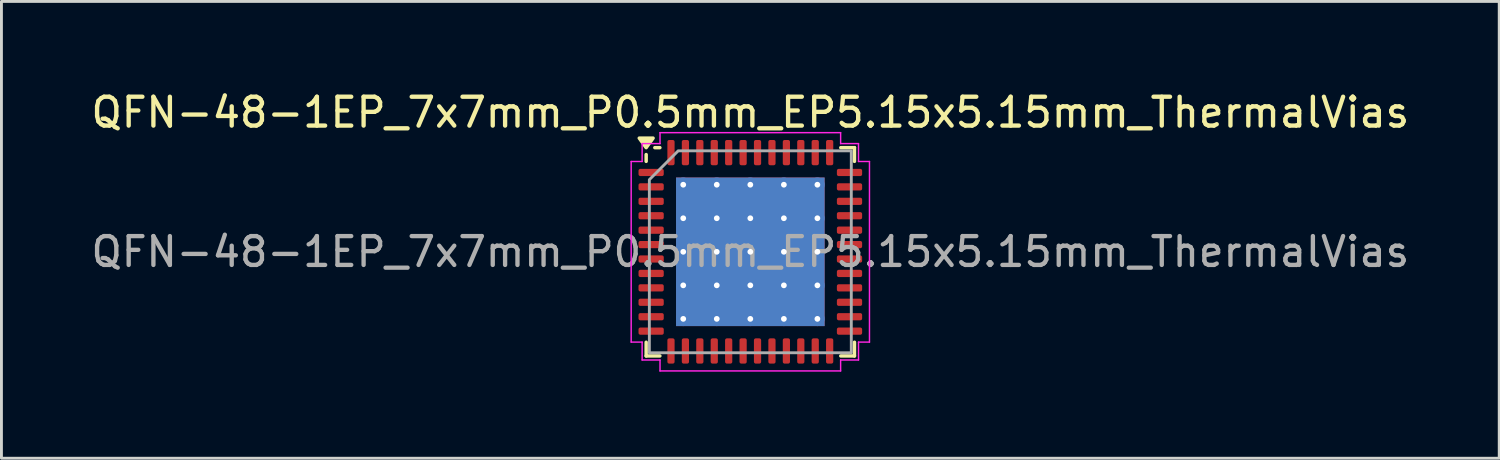
<source format=kicad_pcb>
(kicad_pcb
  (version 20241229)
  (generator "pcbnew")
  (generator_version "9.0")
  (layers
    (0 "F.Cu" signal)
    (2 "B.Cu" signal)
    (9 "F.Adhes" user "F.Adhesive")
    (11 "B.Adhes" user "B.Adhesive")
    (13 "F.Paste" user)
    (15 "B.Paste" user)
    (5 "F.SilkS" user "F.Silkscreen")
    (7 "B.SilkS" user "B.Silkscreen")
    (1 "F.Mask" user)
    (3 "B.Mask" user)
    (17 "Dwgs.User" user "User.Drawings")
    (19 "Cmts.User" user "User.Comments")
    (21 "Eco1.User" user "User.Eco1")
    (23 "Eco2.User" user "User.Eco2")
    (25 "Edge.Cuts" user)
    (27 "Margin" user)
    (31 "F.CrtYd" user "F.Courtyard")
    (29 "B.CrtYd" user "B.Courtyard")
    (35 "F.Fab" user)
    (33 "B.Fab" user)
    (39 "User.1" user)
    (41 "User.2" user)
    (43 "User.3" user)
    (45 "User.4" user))
  (footprint "QFN-48-1EP_7x7mm_P0.5mm_EP5.15x5.15mm_ThermalVias"
    (layer "F.Cu")
    (at 22.958 5.678)
    (property "Reference" "QFN-48-1EP_7x7mm_P0.5mm_EP5.15x5.15mm_ThermalVias" (at 0 -4.83 0) (layer "F.SilkS") (effects (font (size 1 1) (thickness 0.15))))
    (attr smd)
    (fp_line (start -3.61 -3.135) (end -3.61 -3.37) (stroke (width 0.12) (type solid)) (layer "F.SilkS"))
    (fp_line (start -3.61 3.61) (end -3.61 3.135) (stroke (width 0.12) (type solid)) (layer "F.SilkS"))
    (fp_line (start -3.135 -3.61) (end -3.31 -3.61) (stroke (width 0.12) (type solid)) (layer "F.SilkS"))
    (fp_line (start -3.135 3.61) (end -3.61 3.61) (stroke (width 0.12) (type solid)) (layer "F.SilkS"))
    (fp_line (start 3.135 -3.61) (end 3.61 -3.61) (stroke (width 0.12) (type solid)) (layer "F.SilkS"))
    (fp_line (start 3.135 3.61) (end 3.61 3.61) (stroke (width 0.12) (type solid)) (layer "F.SilkS"))
    (fp_line (start 3.61 -3.61) (end 3.61 -3.135) (stroke (width 0.12) (type solid)) (layer "F.SilkS"))
    (fp_line (start 3.61 3.61) (end 3.61 3.135) (stroke (width 0.12) (type solid)) (layer "F.SilkS"))
    (fp_poly (pts (xy -3.61 -3.61) (xy -3.85 -3.94) (xy -3.37 -3.94)) (stroke (width 0.12) (type solid)) (fill yes) (layer "F.SilkS"))
    (fp_line (start -4.13 -3.13) (end -3.75 -3.13) (stroke (width 0.05) (type solid)) (layer "F.CrtYd"))
    (fp_line (start -4.13 3.13) (end -4.13 -3.13) (stroke (width 0.05) (type solid)) (layer "F.CrtYd"))
    (fp_line (start -3.75 -3.75) (end -3.13 -3.75) (stroke (width 0.05) (type solid)) (layer "F.CrtYd"))
    (fp_line (start -3.75 -3.13) (end -3.75 -3.75) (stroke (width 0.05) (type solid)) (layer "F.CrtYd"))
    (fp_line (start -3.75 3.13) (end -4.13 3.13) (stroke (width 0.05) (type solid)) (layer "F.CrtYd"))
    (fp_line (start -3.75 3.75) (end -3.75 3.13) (stroke (width 0.05) (type solid)) (layer "F.CrtYd"))
    (fp_line (start -3.13 -4.13) (end 3.13 -4.13) (stroke (width 0.05) (type solid)) (layer "F.CrtYd"))
    (fp_line (start -3.13 -3.75) (end -3.13 -4.13) (stroke (width 0.05) (type solid)) (layer "F.CrtYd"))
    (fp_line (start -3.13 3.75) (end -3.75 3.75) (stroke (width 0.05) (type solid)) (layer "F.CrtYd"))
    (fp_line (start -3.13 4.13) (end -3.13 3.75) (stroke (width 0.05) (type solid)) (layer "F.CrtYd"))
    (fp_line (start 3.13 -4.13) (end 3.13 -3.75) (stroke (width 0.05) (type solid)) (layer "F.CrtYd"))
    (fp_line (start 3.13 -3.75) (end 3.75 -3.75) (stroke (width 0.05) (type solid)) (layer "F.CrtYd"))
    (fp_line (start 3.13 3.75) (end 3.13 4.13) (stroke (width 0.05) (type solid)) (layer "F.CrtYd"))
    (fp_line (start 3.13 4.13) (end -3.13 4.13) (stroke (width 0.05) (type solid)) (layer "F.CrtYd"))
    (fp_line (start 3.75 -3.75) (end 3.75 -3.13) (stroke (width 0.05) (type solid)) (layer "F.CrtYd"))
    (fp_line (start 3.75 -3.13) (end 4.13 -3.13) (stroke (width 0.05) (type solid)) (layer "F.CrtYd"))
    (fp_line (start 3.75 3.13) (end 3.75 3.75) (stroke (width 0.05) (type solid)) (layer "F.CrtYd"))
    (fp_line (start 3.75 3.75) (end 3.13 3.75) (stroke (width 0.05) (type solid)) (layer "F.CrtYd"))
    (fp_line (start 4.13 -3.13) (end 4.13 3.13) (stroke (width 0.05) (type solid)) (layer "F.CrtYd"))
    (fp_line (start 4.13 3.13) (end 3.75 3.13) (stroke (width 0.05) (type solid)) (layer "F.CrtYd"))
    (fp_poly (pts (xy -3.5 -2.5) (xy -3.5 3.5) (xy 3.5 3.5) (xy 3.5 -3.5) (xy -2.5 -3.5)) (stroke (width 0.1) (type solid)) (fill no) (layer "F.Fab"))
    (fp_text user "${REFERENCE}" (at 0 0 0) (layer "F.Fab") (effects (font (size 1 1) (thickness 0.15))))
    (pad "" smd roundrect (at -1.935 -1.935) (size 1 1) (layers "F.Paste") (roundrect_rratio 0.25))
    (pad "" smd roundrect (at -1.935 -0.645) (size 1 1) (layers "F.Paste") (roundrect_rratio 0.25))
    (pad "" smd roundrect (at -1.935 0.645) (size 1 1) (layers "F.Paste") (roundrect_rratio 0.25))
    (pad "" smd roundrect (at -1.935 1.935) (size 1 1) (layers "F.Paste") (roundrect_rratio 0.25))
    (pad "" smd roundrect (at -0.645 -1.935) (size 1 1) (layers "F.Paste") (roundrect_rratio 0.25))
    (pad "" smd roundrect (at -0.645 -0.645) (size 1 1) (layers "F.Paste") (roundrect_rratio 0.25))
    (pad "" smd roundrect (at -0.645 0.645) (size 1 1) (layers "F.Paste") (roundrect_rratio 0.25))
    (pad "" smd roundrect (at -0.645 1.935) (size 1 1) (layers "F.Paste") (roundrect_rratio 0.25))
    (pad "" smd roundrect (at 0.645 -1.935) (size 1 1) (layers "F.Paste") (roundrect_rratio 0.25))
    (pad "" smd roundrect (at 0.645 -0.645) (size 1 1) (layers "F.Paste") (roundrect_rratio 0.25))
    (pad "" smd roundrect (at 0.645 0.645) (size 1 1) (layers "F.Paste") (roundrect_rratio 0.25))
    (pad "" smd roundrect (at 0.645 1.935) (size 1 1) (layers "F.Paste") (roundrect_rratio 0.25))
    (pad "" smd roundrect (at 1.935 -1.935) (size 1 1) (layers "F.Paste") (roundrect_rratio 0.25))
    (pad "" smd roundrect (at 1.935 -0.645) (size 1 1) (layers "F.Paste") (roundrect_rratio 0.25))
    (pad "" smd roundrect (at 1.935 0.645) (size 1 1) (layers "F.Paste") (roundrect_rratio 0.25))
    (pad "" smd roundrect (at 1.935 1.935) (size 1 1) (layers "F.Paste") (roundrect_rratio 0.25))
    (pad "1" smd roundrect (at -3.438 -2.75) (size 0.875 0.25) (layers "F.Cu" "F.Mask" "F.Paste") (roundrect_rratio 0.25))
    (pad "2" smd roundrect (at -3.438 -2.25) (size 0.875 0.25) (layers "F.Cu" "F.Mask" "F.Paste") (roundrect_rratio 0.25))
    (pad "3" smd roundrect (at -3.438 -1.75) (size 0.875 0.25) (layers "F.Cu" "F.Mask" "F.Paste") (roundrect_rratio 0.25))
    (pad "4" smd roundrect (at -3.438 -1.25) (size 0.875 0.25) (layers "F.Cu" "F.Mask" "F.Paste") (roundrect_rratio 0.25))
    (pad "5" smd roundrect (at -3.438 -0.75) (size 0.875 0.25) (layers "F.Cu" "F.Mask" "F.Paste") (roundrect_rratio 0.25))
    (pad "6" smd roundrect (at -3.438 -0.25) (size 0.875 0.25) (layers "F.Cu" "F.Mask" "F.Paste") (roundrect_rratio 0.25))
    (pad "7" smd roundrect (at -3.438 0.25) (size 0.875 0.25) (layers "F.Cu" "F.Mask" "F.Paste") (roundrect_rratio 0.25))
    (pad "8" smd roundrect (at -3.438 0.75) (size 0.875 0.25) (layers "F.Cu" "F.Mask" "F.Paste") (roundrect_rratio 0.25))
    (pad "9" smd roundrect (at -3.438 1.25) (size 0.875 0.25) (layers "F.Cu" "F.Mask" "F.Paste") (roundrect_rratio 0.25))
    (pad "10" smd roundrect (at -3.438 1.75) (size 0.875 0.25) (layers "F.Cu" "F.Mask" "F.Paste") (roundrect_rratio 0.25))
    (pad "11" smd roundrect (at -3.438 2.25) (size 0.875 0.25) (layers "F.Cu" "F.Mask" "F.Paste") (roundrect_rratio 0.25))
    (pad "12" smd roundrect (at -3.438 2.75) (size 0.875 0.25) (layers "F.Cu" "F.Mask" "F.Paste") (roundrect_rratio 0.25))
    (pad "13" smd roundrect (at -2.75 3.438) (size 0.25 0.875) (layers "F.Cu" "F.Mask" "F.Paste") (roundrect_rratio 0.25))
    (pad "14" smd roundrect (at -2.25 3.438) (size 0.25 0.875) (layers "F.Cu" "F.Mask" "F.Paste") (roundrect_rratio 0.25))
    (pad "15" smd roundrect (at -1.75 3.438) (size 0.25 0.875) (layers "F.Cu" "F.Mask" "F.Paste") (roundrect_rratio 0.25))
    (pad "16" smd roundrect (at -1.25 3.438) (size 0.25 0.875) (layers "F.Cu" "F.Mask" "F.Paste") (roundrect_rratio 0.25))
    (pad "17" smd roundrect (at -0.75 3.438) (size 0.25 0.875) (layers "F.Cu" "F.Mask" "F.Paste") (roundrect_rratio 0.25))
    (pad "18" smd roundrect (at -0.25 3.438) (size 0.25 0.875) (layers "F.Cu" "F.Mask" "F.Paste") (roundrect_rratio 0.25))
    (pad "19" smd roundrect (at 0.25 3.438) (size 0.25 0.875) (layers "F.Cu" "F.Mask" "F.Paste") (roundrect_rratio 0.25))
    (pad "20" smd roundrect (at 0.75 3.438) (size 0.25 0.875) (layers "F.Cu" "F.Mask" "F.Paste") (roundrect_rratio 0.25))
    (pad "21" smd roundrect (at 1.25 3.438) (size 0.25 0.875) (layers "F.Cu" "F.Mask" "F.Paste") (roundrect_rratio 0.25))
    (pad "22" smd roundrect (at 1.75 3.438) (size 0.25 0.875) (layers "F.Cu" "F.Mask" "F.Paste") (roundrect_rratio 0.25))
    (pad "23" smd roundrect (at 2.25 3.438) (size 0.25 0.875) (layers "F.Cu" "F.Mask" "F.Paste") (roundrect_rratio 0.25))
    (pad "24" smd roundrect (at 2.75 3.438) (size 0.25 0.875) (layers "F.Cu" "F.Mask" "F.Paste") (roundrect_rratio 0.25))
    (pad "25" smd roundrect (at 3.438 2.75) (size 0.875 0.25) (layers "F.Cu" "F.Mask" "F.Paste") (roundrect_rratio 0.25))
    (pad "26" smd roundrect (at 3.438 2.25) (size 0.875 0.25) (layers "F.Cu" "F.Mask" "F.Paste") (roundrect_rratio 0.25))
    (pad "27" smd roundrect (at 3.438 1.75) (size 0.875 0.25) (layers "F.Cu" "F.Mask" "F.Paste") (roundrect_rratio 0.25))
    (pad "28" smd roundrect (at 3.438 1.25) (size 0.875 0.25) (layers "F.Cu" "F.Mask" "F.Paste") (roundrect_rratio 0.25))
    (pad "29" smd roundrect (at 3.438 0.75) (size 0.875 0.25) (layers "F.Cu" "F.Mask" "F.Paste") (roundrect_rratio 0.25))
    (pad "30" smd roundrect (at 3.438 0.25) (size 0.875 0.25) (layers "F.Cu" "F.Mask" "F.Paste") (roundrect_rratio 0.25))
    (pad "31" smd roundrect (at 3.438 -0.25) (size 0.875 0.25) (layers "F.Cu" "F.Mask" "F.Paste") (roundrect_rratio 0.25))
    (pad "32" smd roundrect (at 3.438 -0.75) (size 0.875 0.25) (layers "F.Cu" "F.Mask" "F.Paste") (roundrect_rratio 0.25))
    (pad "33" smd roundrect (at 3.438 -1.25) (size 0.875 0.25) (layers "F.Cu" "F.Mask" "F.Paste") (roundrect_rratio 0.25))
    (pad "34" smd roundrect (at 3.438 -1.75) (size 0.875 0.25) (layers "F.Cu" "F.Mask" "F.Paste") (roundrect_rratio 0.25))
    (pad "35" smd roundrect (at 3.438 -2.25) (size 0.875 0.25) (layers "F.Cu" "F.Mask" "F.Paste") (roundrect_rratio 0.25))
    (pad "36" smd roundrect (at 3.438 -2.75) (size 0.875 0.25) (layers "F.Cu" "F.Mask" "F.Paste") (roundrect_rratio 0.25))
    (pad "37" smd roundrect (at 2.75 -3.438) (size 0.25 0.875) (layers "F.Cu" "F.Mask" "F.Paste") (roundrect_rratio 0.25))
    (pad "38" smd roundrect (at 2.25 -3.438) (size 0.25 0.875) (layers "F.Cu" "F.Mask" "F.Paste") (roundrect_rratio 0.25))
    (pad "39" smd roundrect (at 1.75 -3.438) (size 0.25 0.875) (layers "F.Cu" "F.Mask" "F.Paste") (roundrect_rratio 0.25))
    (pad "40" smd roundrect (at 1.25 -3.438) (size 0.25 0.875) (layers "F.Cu" "F.Mask" "F.Paste") (roundrect_rratio 0.25))
    (pad "41" smd roundrect (at 0.75 -3.438) (size 0.25 0.875) (layers "F.Cu" "F.Mask" "F.Paste") (roundrect_rratio 0.25))
    (pad "42" smd roundrect (at 0.25 -3.438) (size 0.25 0.875) (layers "F.Cu" "F.Mask" "F.Paste") (roundrect_rratio 0.25))
    (pad "43" smd roundrect (at -0.25 -3.438) (size 0.25 0.875) (layers "F.Cu" "F.Mask" "F.Paste") (roundrect_rratio 0.25))
    (pad "44" smd roundrect (at -0.75 -3.438) (size 0.25 0.875) (layers "F.Cu" "F.Mask" "F.Paste") (roundrect_rratio 0.25))
    (pad "45" smd roundrect (at -1.25 -3.438) (size 0.25 0.875) (layers "F.Cu" "F.Mask" "F.Paste") (roundrect_rratio 0.25))
    (pad "46" smd roundrect (at -1.75 -3.438) (size 0.25 0.875) (layers "F.Cu" "F.Mask" "F.Paste") (roundrect_rratio 0.25))
    (pad "47" smd roundrect (at -2.25 -3.438) (size 0.25 0.875) (layers "F.Cu" "F.Mask" "F.Paste") (roundrect_rratio 0.25))
    (pad "48" smd roundrect (at -2.75 -3.438) (size 0.25 0.875) (layers "F.Cu" "F.Mask" "F.Paste") (roundrect_rratio 0.25))
    (pad "49" thru_hole circle (at -2.325 -2.325) (size 0.5 0.5) (drill 0.2) (property pad_prop_heatsink) (layers "*.Cu"))
    (pad "49" thru_hole circle (at -2.325 -1.163) (size 0.5 0.5) (drill 0.2) (property pad_prop_heatsink) (layers "*.Cu"))
    (pad "49" thru_hole circle (at -2.325 0) (size 0.5 0.5) (drill 0.2) (property pad_prop_heatsink) (layers "*.Cu"))
    (pad "49" thru_hole circle (at -2.325 1.163) (size 0.5 0.5) (drill 0.2) (property pad_prop_heatsink) (layers "*.Cu"))
    (pad "49" thru_hole circle (at -2.325 2.325) (size 0.5 0.5) (drill 0.2) (property pad_prop_heatsink) (layers "*.Cu"))
    (pad "49" thru_hole circle (at -1.163 -2.325) (size 0.5 0.5) (drill 0.2) (property pad_prop_heatsink) (layers "*.Cu"))
    (pad "49" thru_hole circle (at -1.163 -1.163) (size 0.5 0.5) (drill 0.2) (property pad_prop_heatsink) (layers "*.Cu"))
    (pad "49" thru_hole circle (at -1.163 0) (size 0.5 0.5) (drill 0.2) (property pad_prop_heatsink) (layers "*.Cu"))
    (pad "49" thru_hole circle (at -1.163 1.163) (size 0.5 0.5) (drill 0.2) (property pad_prop_heatsink) (layers "*.Cu"))
    (pad "49" thru_hole circle (at -1.163 2.325) (size 0.5 0.5) (drill 0.2) (property pad_prop_heatsink) (layers "*.Cu"))
    (pad "49" thru_hole circle (at 0 -2.325) (size 0.5 0.5) (drill 0.2) (property pad_prop_heatsink) (layers "*.Cu"))
    (pad "49" thru_hole circle (at 0 -1.163) (size 0.5 0.5) (drill 0.2) (property pad_prop_heatsink) (layers "*.Cu"))
    (pad "49" thru_hole circle (at 0 0) (size 0.5 0.5) (drill 0.2) (property pad_prop_heatsink) (layers "*.Cu"))
    (pad "49" smd rect (at 0 0) (size 5.15 5.15) (property pad_prop_heatsink) (layers "F.Cu" "F.Mask"))
    (pad "49" smd rect (at 0 0) (size 5.15 5.15) (property pad_prop_heatsink) (layers "B.Cu"))
    (pad "49" thru_hole circle (at 0 1.163) (size 0.5 0.5) (drill 0.2) (property pad_prop_heatsink) (layers "*.Cu"))
    (pad "49" thru_hole circle (at 0 2.325) (size 0.5 0.5) (drill 0.2) (property pad_prop_heatsink) (layers "*.Cu"))
    (pad "49" thru_hole circle (at 1.163 -2.325) (size 0.5 0.5) (drill 0.2) (property pad_prop_heatsink) (layers "*.Cu"))
    (pad "49" thru_hole circle (at 1.163 -1.163) (size 0.5 0.5) (drill 0.2) (property pad_prop_heatsink) (layers "*.Cu"))
    (pad "49" thru_hole circle (at 1.163 0) (size 0.5 0.5) (drill 0.2) (property pad_prop_heatsink) (layers "*.Cu"))
    (pad "49" thru_hole circle (at 1.163 1.163) (size 0.5 0.5) (drill 0.2) (property pad_prop_heatsink) (layers "*.Cu"))
    (pad "49" thru_hole circle (at 1.163 2.325) (size 0.5 0.5) (drill 0.2) (property pad_prop_heatsink) (layers "*.Cu"))
    (pad "49" thru_hole circle (at 2.325 -2.325) (size 0.5 0.5) (drill 0.2) (property pad_prop_heatsink) (layers "*.Cu"))
    (pad "49" thru_hole circle (at 2.325 -1.163) (size 0.5 0.5) (drill 0.2) (property pad_prop_heatsink) (layers "*.Cu"))
    (pad "49" thru_hole circle (at 2.325 0) (size 0.5 0.5) (drill 0.2) (property pad_prop_heatsink) (layers "*.Cu"))
    (pad "49" thru_hole circle (at 2.325 1.163) (size 0.5 0.5) (drill 0.2) (property pad_prop_heatsink) (layers "*.Cu"))
    (pad "49" thru_hole circle (at 2.325 2.325) (size 0.5 0.5) (drill 0.2) (property pad_prop_heatsink) (layers "*.Cu")))
  (gr_rect
    (start -3 -3)
    (end 48.917 12.833)
    (stroke (width 0.1) (type default))
    (fill no)
    (layer "Edge.Cuts")))
</source>
